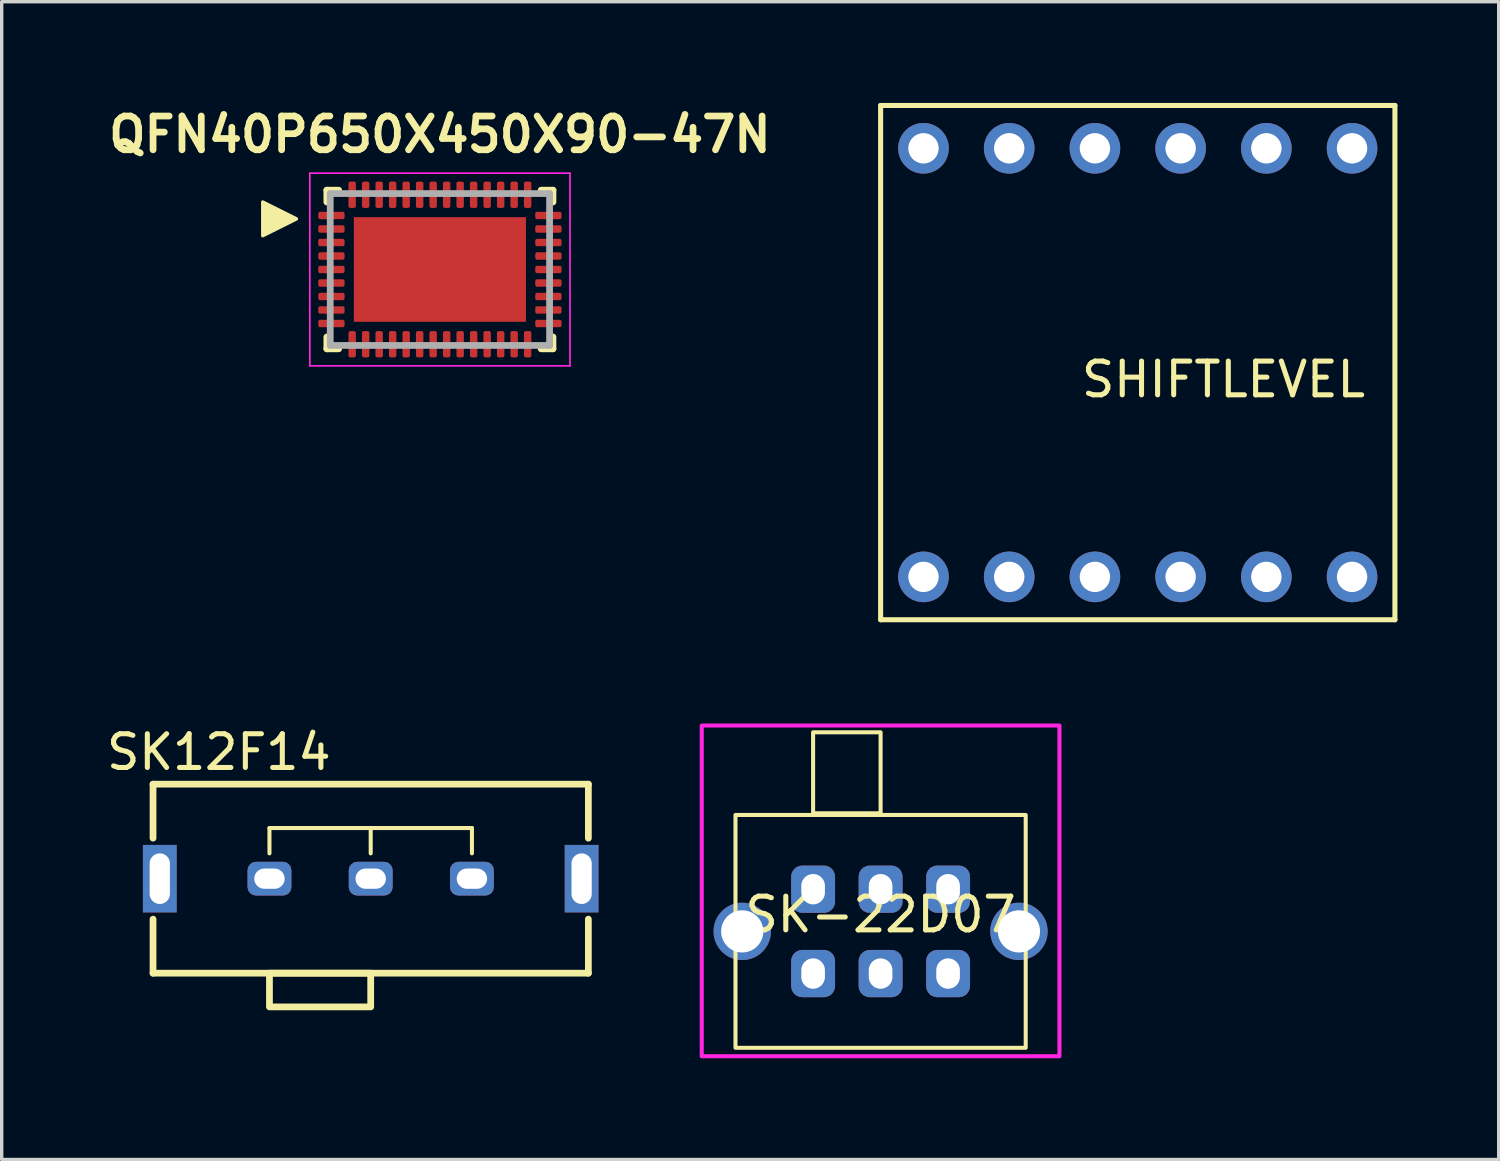
<source format=kicad_pcb>
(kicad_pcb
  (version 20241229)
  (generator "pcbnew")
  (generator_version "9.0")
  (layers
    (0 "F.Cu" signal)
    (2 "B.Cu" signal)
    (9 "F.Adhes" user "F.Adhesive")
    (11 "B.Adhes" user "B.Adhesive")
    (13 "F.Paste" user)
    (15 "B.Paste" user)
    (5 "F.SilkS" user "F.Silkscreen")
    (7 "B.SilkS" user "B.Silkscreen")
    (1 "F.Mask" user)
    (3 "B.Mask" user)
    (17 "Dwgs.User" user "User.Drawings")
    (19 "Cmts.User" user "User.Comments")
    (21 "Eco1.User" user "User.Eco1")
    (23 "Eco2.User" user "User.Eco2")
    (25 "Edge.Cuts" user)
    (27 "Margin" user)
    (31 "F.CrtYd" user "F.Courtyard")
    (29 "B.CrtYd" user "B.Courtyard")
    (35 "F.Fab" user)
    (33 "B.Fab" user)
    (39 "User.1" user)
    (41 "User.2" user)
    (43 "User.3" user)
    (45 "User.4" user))
  (footprint "SHIFTLEVEL"
    (layer "F.Cu")
    (at 24.316 1.345)
    (property "Reference" "SHIFTLEVEL" (at 8.89 6.85 0) (layer "F.SilkS") (effects (font (size 1 1) (thickness 0.15))))
    (attr through_hole)
    (fp_line (start -1.27 -1.27) (end 13.97 -1.27) (stroke (width 0.15) (type solid)) (layer "F.SilkS"))
    (fp_line (start -1.27 13.97) (end -1.27 -1.27) (stroke (width 0.15) (type solid)) (layer "F.SilkS"))
    (fp_line (start 13.97 -1.27) (end 13.97 13.97) (stroke (width 0.15) (type solid)) (layer "F.SilkS"))
    (fp_line (start 13.97 13.97) (end -1.27 13.97) (stroke (width 0.15) (type solid)) (layer "F.SilkS"))
    (pad "1" thru_hole circle (at 0 12.7) (size 1.5 1.5) (drill 0.9) (layers "*.Cu" "*.Mask"))
    (pad "2" thru_hole circle (at 2.54 12.7) (size 1.5 1.5) (drill 0.9) (layers "*.Cu" "*.Mask"))
    (pad "3" thru_hole circle (at 5.08 12.7) (size 1.5 1.5) (drill 0.9) (layers "*.Cu" "*.Mask"))
    (pad "4" thru_hole circle (at 7.62 12.7) (size 1.5 1.5) (drill 0.9) (layers "*.Cu" "*.Mask"))
    (pad "5" thru_hole circle (at 10.16 12.7) (size 1.5 1.5) (drill 0.9) (layers "*.Cu" "*.Mask"))
    (pad "6" thru_hole circle (at 12.7 12.7) (size 1.5 1.5) (drill 0.9) (layers "*.Cu" "*.Mask"))
    (pad "7" thru_hole circle (at 12.7 0) (size 1.5 1.5) (drill 0.9) (layers "*.Cu" "*.Mask"))
    (pad "8" thru_hole circle (at 10.16 0) (size 1.5 1.5) (drill 0.9) (layers "*.Cu" "*.Mask"))
    (pad "9" thru_hole circle (at 7.62 0) (size 1.5 1.5) (drill 0.9) (layers "*.Cu" "*.Mask"))
    (pad "10" thru_hole circle (at 5.08 0) (size 1.5 1.5) (drill 0.9) (layers "*.Cu" "*.Mask"))
    (pad "11" thru_hole circle (at 2.54 0) (size 1.5 1.5) (drill 0.9) (layers "*.Cu" "*.Mask"))
    (pad "12" thru_hole circle (at 0 0) (size 1.5 1.5) (drill 0.9) (layers "*.Cu" "*.Mask")))
  (footprint "SK12F14"
    (layer "F.Cu")
    (at 1.685 22.988)
    (property "Reference" "SK12F14" (at 1.75 -3.75 0) (unlocked yes) (layer "F.SilkS") (effects (font (size 1 1) (thickness 0.15))))
    (attr through_hole)
    (fp_line (start -0.2 -2.8) (end 12.7 -2.8) (stroke (width 0.2) (type solid)) (layer "F.SilkS"))
    (fp_line (start -0.2 -1.2) (end -0.2 -2.8) (stroke (width 0.2) (type solid)) (layer "F.SilkS"))
    (fp_line (start -0.2 2.8) (end -0.2 1.2) (stroke (width 0.2) (type solid)) (layer "F.SilkS"))
    (fp_line (start -0.2 2.8) (end 12.7 2.8) (stroke (width 0.2) (type solid)) (layer "F.SilkS"))
    (fp_line (start 3.25 -1.5) (end 6.25 -1.5) (stroke (width 0.12) (type solid)) (layer "F.SilkS"))
    (fp_line (start 3.25 -0.75) (end 3.25 -1.5) (stroke (width 0.12) (type solid)) (layer "F.SilkS"))
    (fp_line (start 6.25 -1.5) (end 6.25 -0.75) (stroke (width 0.12) (type solid)) (layer "F.SilkS"))
    (fp_line (start 6.25 -1.5) (end 9.25 -1.5) (stroke (width 0.12) (type solid)) (layer "F.SilkS"))
    (fp_line (start 9.25 -1.5) (end 9.25 -0.75) (stroke (width 0.12) (type solid)) (layer "F.SilkS"))
    (fp_line (start 12.7 -1.2) (end 12.7 -2.8) (stroke (width 0.2) (type solid)) (layer "F.SilkS"))
    (fp_line (start 12.7 2.8) (end 12.7 1.2) (stroke (width 0.2) (type solid)) (layer "F.SilkS"))
    (fp_rect (start 3.25 3.8) (end 6.25 2.8) (stroke (width 0.2) (type solid)) (fill no) (layer "F.SilkS"))
    (pad "" np_thru_hole rect (at 0 0) (size 1 2) (drill oval 0.6 1.5) (layers "*.Cu" "*.Mask"))
    (pad "" np_thru_hole rect (at 12.5 0) (size 1 2) (drill oval 0.6 1.5) (layers "*.Cu" "*.Mask"))
    (pad "1" thru_hole roundrect (at 3.25 0) (size 1.3 1) (drill oval 0.9 0.6) (layers "*.Cu" "*.Mask") (roundrect_rratio 0.25))
    (pad "2" thru_hole roundrect (at 6.25 0) (size 1.3 1) (drill oval 0.9 0.6) (layers "*.Cu" "*.Mask") (roundrect_rratio 0.25))
    (pad "3" thru_hole roundrect (at 9.25 0) (size 1.3 1) (drill oval 0.9 0.6) (layers "*.Cu" "*.Mask") (roundrect_rratio 0.25)))
  (footprint "SK-22D07"
    (layer "F.Cu")
    (at 23.045 24.55)
    (property "Reference" "SK-22D07" (at 0 -0.5 0) (unlocked yes) (layer "F.SilkS") (effects (font (size 1 1) (thickness 0.15))))
    (attr through_hole)
    (fp_rect (start -4.3 -3.45) (end 4.3 3.45) (stroke (width 0.12) (type default)) (fill no) (layer "F.SilkS"))
    (fp_rect (start -2 -5.9) (end 0 -3.5) (stroke (width 0.12) (type default)) (fill no) (layer "F.SilkS"))
    (fp_rect (start -5.3 -6.1) (end 5.3 3.7) (stroke (width 0.12) (type default)) (fill no) (layer "F.CrtYd"))
    (pad "1" thru_hole roundrect (at -2 -1.25) (size 1.3 1.4) (drill oval 0.7 0.9) (layers "*.Cu" "*.Mask") (roundrect_rratio 0.25))
    (pad "1" thru_hole roundrect (at -2 1.25) (size 1.3 1.4) (drill oval 0.7 0.9) (layers "*.Cu" "*.Mask") (roundrect_rratio 0.25))
    (pad "2" thru_hole roundrect (at 0 -1.25) (size 1.3 1.4) (drill oval 0.7 0.9) (layers "*.Cu" "*.Mask") (roundrect_rratio 0.25))
    (pad "2" thru_hole roundrect (at 0 1.25) (size 1.3 1.4) (drill oval 0.7 0.9) (layers "*.Cu" "*.Mask") (roundrect_rratio 0.25))
    (pad "3" thru_hole roundrect (at 2 -1.25) (size 1.3 1.4) (drill oval 0.7 0.9) (layers "*.Cu" "*.Mask") (roundrect_rratio 0.25))
    (pad "3" thru_hole roundrect (at 2 1.25) (size 1.3 1.4) (drill oval 0.7 0.9) (layers "*.Cu" "*.Mask") (roundrect_rratio 0.25))
    (pad "4" thru_hole circle (at -4.1 0) (size 1.7 1.7) (drill 1.25) (layers "*.Cu" "*.Mask"))
    (pad "4" thru_hole circle (at 4.1 0) (size 1.7 1.7) (drill 1.25) (layers "*.Cu" "*.Mask")))
  (footprint "QFN40P650X450X90-47N"
    (layer "F.Cu")
    (at 9.986 4.936)
    (property "Reference" "QFN40P650X450X90-47N" (at 0 -4 0) (layer "F.SilkS") (effects (font (size 1 1) (thickness 0.2))))
    (attr smd)
    (fp_line (start -3.35 -2.35) (end -3.35 -2) (stroke (width 0.2) (type solid)) (layer "F.SilkS"))
    (fp_line (start -3.35 2) (end -3.35 2.35) (stroke (width 0.2) (type solid)) (layer "F.SilkS"))
    (fp_line (start -3.35 2.35) (end -3 2.35) (stroke (width 0.2) (type solid)) (layer "F.SilkS"))
    (fp_line (start -3 -2.35) (end -3.35 -2.35) (stroke (width 0.2) (type solid)) (layer "F.SilkS"))
    (fp_line (start 3 2.35) (end 3.35 2.35) (stroke (width 0.2) (type solid)) (layer "F.SilkS"))
    (fp_line (start 3.35 -2.35) (end 3 -2.35) (stroke (width 0.2) (type solid)) (layer "F.SilkS"))
    (fp_line (start 3.35 -2) (end 3.35 -2.35) (stroke (width 0.2) (type solid)) (layer "F.SilkS"))
    (fp_line (start 3.35 2.35) (end 3.35 2) (stroke (width 0.2) (type solid)) (layer "F.SilkS"))
    (fp_poly (pts (xy -4.25 -1.5) (xy -5.25 -1) (xy -5.25 -2)) (stroke (width 0.1) (type solid)) (fill yes) (layer "F.SilkS"))
    (fp_line (start -3.855 -2.855) (end 3.855 -2.855) (stroke (width 0.05) (type solid)) (layer "F.CrtYd"))
    (fp_line (start -3.855 2.855) (end -3.855 -2.855) (stroke (width 0.05) (type solid)) (layer "F.CrtYd"))
    (fp_line (start -3.855 2.855) (end 3.855 2.855) (stroke (width 0.05) (type solid)) (layer "F.CrtYd"))
    (fp_line (start 3.855 2.855) (end 3.855 -2.855) (stroke (width 0.05) (type solid)) (layer "F.CrtYd"))
    (fp_line (start -3.25 2.25) (end -3.25 -2.25) (stroke (width 0.2) (type solid)) (layer "F.Fab"))
    (fp_line (start 3.25 -2.25) (end -3.25 -2.25) (stroke (width 0.2) (type solid)) (layer "F.Fab"))
    (fp_line (start 3.25 2.25) (end -3.25 2.25) (stroke (width 0.2) (type solid)) (layer "F.Fab"))
    (fp_line (start 3.25 2.25) (end 3.25 -2.25) (stroke (width 0.2) (type solid)) (layer "F.Fab"))
    (pad "1" smd roundrect (at -3.215 -1.6) (size 0.78 0.22) (layers "F.Cu" "F.Mask" "F.Paste") (roundrect_rratio 0.25))
    (pad "2" smd roundrect (at -3.215 -1.2) (size 0.78 0.22) (layers "F.Cu" "F.Mask" "F.Paste") (roundrect_rratio 0.25))
    (pad "3" smd roundrect (at -3.215 -0.8) (size 0.78 0.22) (layers "F.Cu" "F.Mask" "F.Paste") (roundrect_rratio 0.25))
    (pad "4" smd roundrect (at -3.215 -0.4) (size 0.78 0.22) (layers "F.Cu" "F.Mask" "F.Paste") (roundrect_rratio 0.25))
    (pad "5" smd roundrect (at -3.215 0) (size 0.78 0.22) (layers "F.Cu" "F.Mask" "F.Paste") (roundrect_rratio 0.25))
    (pad "6" smd roundrect (at -3.215 0.4) (size 0.78 0.22) (layers "F.Cu" "F.Mask" "F.Paste") (roundrect_rratio 0.25))
    (pad "7" smd roundrect (at -3.215 0.8) (size 0.78 0.22) (layers "F.Cu" "F.Mask" "F.Paste") (roundrect_rratio 0.25))
    (pad "8" smd roundrect (at -3.215 1.2) (size 0.78 0.22) (layers "F.Cu" "F.Mask" "F.Paste") (roundrect_rratio 0.25))
    (pad "9" smd roundrect (at -3.215 1.6) (size 0.78 0.22) (layers "F.Cu" "F.Mask" "F.Paste") (roundrect_rratio 0.25))
    (pad "10" smd roundrect (at -2.6 2.215) (size 0.22 0.78) (layers "F.Cu" "F.Mask" "F.Paste") (roundrect_rratio 0.25))
    (pad "11" smd roundrect (at -2.2 2.215) (size 0.22 0.78) (layers "F.Cu" "F.Mask" "F.Paste") (roundrect_rratio 0.25))
    (pad "12" smd roundrect (at -1.8 2.215) (size 0.22 0.78) (layers "F.Cu" "F.Mask" "F.Paste") (roundrect_rratio 0.25))
    (pad "13" smd roundrect (at -1.4 2.215) (size 0.22 0.78) (layers "F.Cu" "F.Mask" "F.Paste") (roundrect_rratio 0.25))
    (pad "14" smd roundrect (at -1 2.215) (size 0.22 0.78) (layers "F.Cu" "F.Mask" "F.Paste") (roundrect_rratio 0.25))
    (pad "15" smd roundrect (at -0.6 2.215) (size 0.22 0.78) (layers "F.Cu" "F.Mask" "F.Paste") (roundrect_rratio 0.25))
    (pad "16" smd roundrect (at -0.2 2.215) (size 0.22 0.78) (layers "F.Cu" "F.Mask" "F.Paste") (roundrect_rratio 0.25))
    (pad "17" smd roundrect (at 0.2 2.215) (size 0.22 0.78) (layers "F.Cu" "F.Mask" "F.Paste") (roundrect_rratio 0.25))
    (pad "18" smd roundrect (at 0.6 2.215) (size 0.22 0.78) (layers "F.Cu" "F.Mask" "F.Paste") (roundrect_rratio 0.25))
    (pad "19" smd roundrect (at 1 2.215) (size 0.22 0.78) (layers "F.Cu" "F.Mask" "F.Paste") (roundrect_rratio 0.25))
    (pad "20" smd roundrect (at 1.4 2.215) (size 0.22 0.78) (layers "F.Cu" "F.Mask" "F.Paste") (roundrect_rratio 0.25))
    (pad "21" smd roundrect (at 1.8 2.215) (size 0.22 0.78) (layers "F.Cu" "F.Mask" "F.Paste") (roundrect_rratio 0.25))
    (pad "22" smd roundrect (at 2.2 2.215) (size 0.22 0.78) (layers "F.Cu" "F.Mask" "F.Paste") (roundrect_rratio 0.25))
    (pad "23" smd roundrect (at 2.6 2.215) (size 0.22 0.78) (layers "F.Cu" "F.Mask" "F.Paste") (roundrect_rratio 0.25))
    (pad "24" smd roundrect (at 3.215 1.6) (size 0.78 0.22) (layers "F.Cu" "F.Mask" "F.Paste") (roundrect_rratio 0.25))
    (pad "25" smd roundrect (at 3.215 1.2) (size 0.78 0.22) (layers "F.Cu" "F.Mask" "F.Paste") (roundrect_rratio 0.25))
    (pad "26" smd roundrect (at 3.215 0.8) (size 0.78 0.22) (layers "F.Cu" "F.Mask" "F.Paste") (roundrect_rratio 0.25))
    (pad "27" smd roundrect (at 3.215 0.4) (size 0.78 0.22) (layers "F.Cu" "F.Mask" "F.Paste") (roundrect_rratio 0.25))
    (pad "28" smd roundrect (at 3.215 0) (size 0.78 0.22) (layers "F.Cu" "F.Mask" "F.Paste") (roundrect_rratio 0.25))
    (pad "29" smd roundrect (at 3.215 -0.4) (size 0.78 0.22) (layers "F.Cu" "F.Mask" "F.Paste") (roundrect_rratio 0.25))
    (pad "30" smd roundrect (at 3.215 -0.8) (size 0.78 0.22) (layers "F.Cu" "F.Mask" "F.Paste") (roundrect_rratio 0.25))
    (pad "31" smd roundrect (at 3.215 -1.2) (size 0.78 0.22) (layers "F.Cu" "F.Mask" "F.Paste") (roundrect_rratio 0.25))
    (pad "32" smd roundrect (at 3.215 -1.6) (size 0.78 0.22) (layers "F.Cu" "F.Mask" "F.Paste") (roundrect_rratio 0.25))
    (pad "33" smd roundrect (at 2.6 -2.215) (size 0.22 0.78) (layers "F.Cu" "F.Mask" "F.Paste") (roundrect_rratio 0.25))
    (pad "34" smd roundrect (at 2.2 -2.215) (size 0.22 0.78) (layers "F.Cu" "F.Mask" "F.Paste") (roundrect_rratio 0.25))
    (pad "35" smd roundrect (at 1.8 -2.215) (size 0.22 0.78) (layers "F.Cu" "F.Mask" "F.Paste") (roundrect_rratio 0.25))
    (pad "36" smd roundrect (at 1.4 -2.215) (size 0.22 0.78) (layers "F.Cu" "F.Mask" "F.Paste") (roundrect_rratio 0.25))
    (pad "37" smd roundrect (at 1 -2.215) (size 0.22 0.78) (layers "F.Cu" "F.Mask" "F.Paste") (roundrect_rratio 0.25))
    (pad "38" smd roundrect (at 0.6 -2.215) (size 0.22 0.78) (layers "F.Cu" "F.Mask" "F.Paste") (roundrect_rratio 0.25))
    (pad "39" smd roundrect (at 0.2 -2.215) (size 0.22 0.78) (layers "F.Cu" "F.Mask" "F.Paste") (roundrect_rratio 0.25))
    (pad "40" smd roundrect (at -0.2 -2.215) (size 0.22 0.78) (layers "F.Cu" "F.Mask" "F.Paste") (roundrect_rratio 0.25))
    (pad "41" smd roundrect (at -0.6 -2.215) (size 0.22 0.78) (layers "F.Cu" "F.Mask" "F.Paste") (roundrect_rratio 0.25))
    (pad "42" smd roundrect (at -1 -2.215) (size 0.22 0.78) (layers "F.Cu" "F.Mask" "F.Paste") (roundrect_rratio 0.25))
    (pad "43" smd roundrect (at -1.4 -2.215) (size 0.22 0.78) (layers "F.Cu" "F.Mask" "F.Paste") (roundrect_rratio 0.25))
    (pad "44" smd roundrect (at -1.8 -2.215) (size 0.22 0.78) (layers "F.Cu" "F.Mask" "F.Paste") (roundrect_rratio 0.25))
    (pad "45" smd roundrect (at -2.2 -2.215) (size 0.22 0.78) (layers "F.Cu" "F.Mask" "F.Paste") (roundrect_rratio 0.25))
    (pad "46" smd roundrect (at -2.6 -2.215) (size 0.22 0.78) (layers "F.Cu" "F.Mask" "F.Paste") (roundrect_rratio 0.25))
    (pad "Thermal Ground Pad" smd rect (at 0 0) (size 5.1 3.1) (layers "F.Cu" "F.Mask")))
  (gr_rect
    (start -3 -3)
    (end 41.361 31.31)
    (stroke (width 0.1) (type default))
    (fill no)
    (layer "Edge.Cuts")))
</source>
